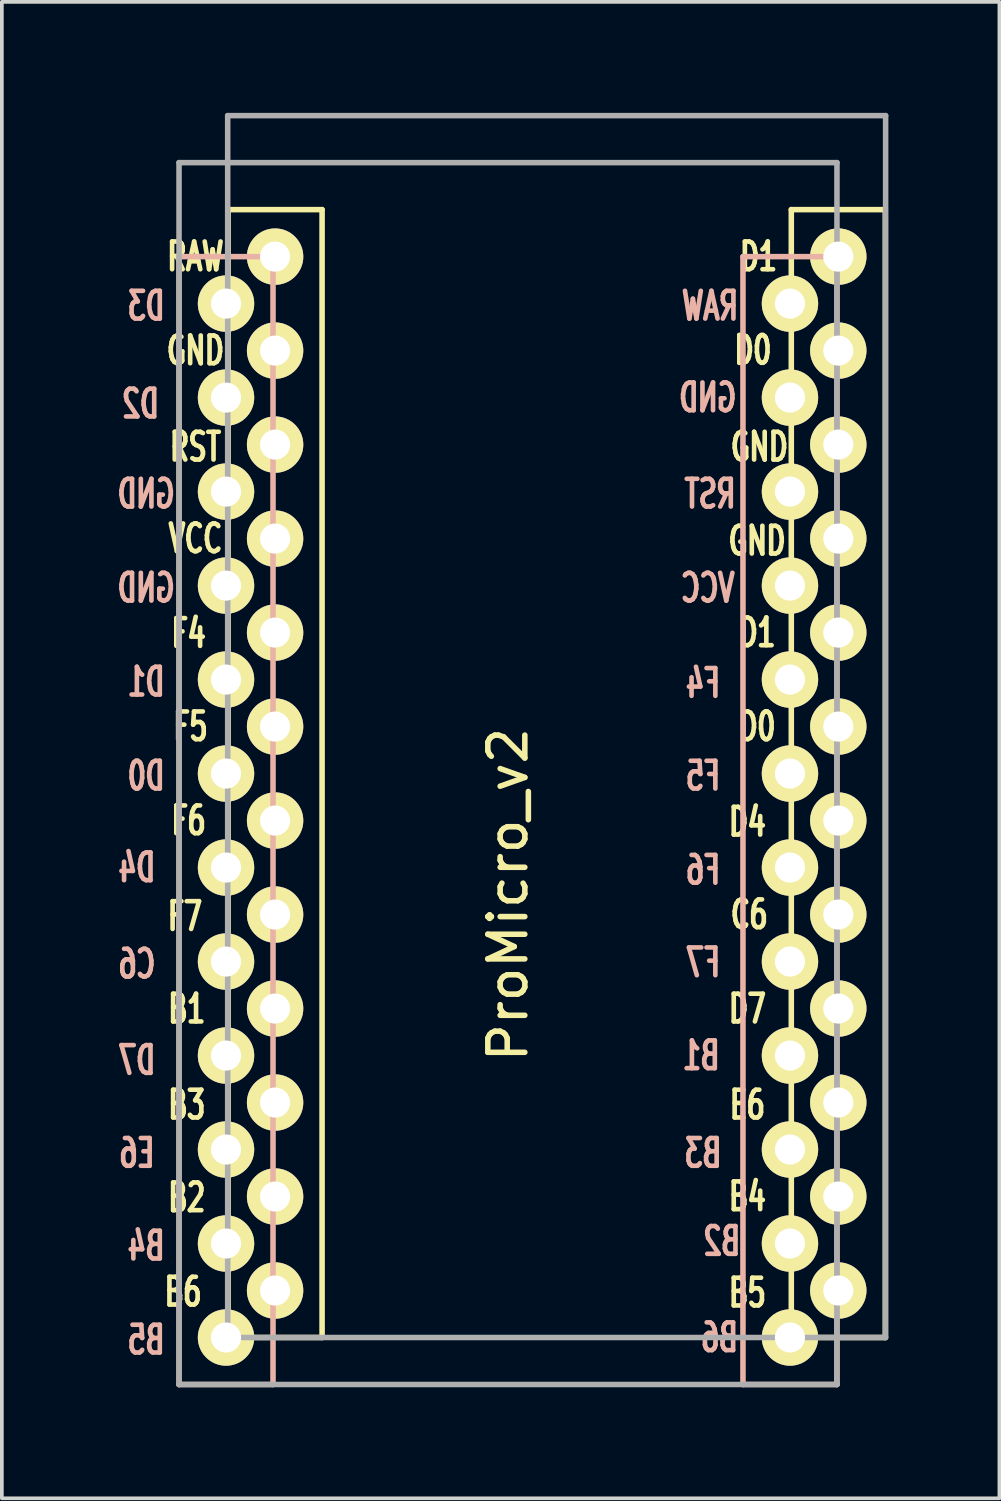
<source format=kicad_pcb>
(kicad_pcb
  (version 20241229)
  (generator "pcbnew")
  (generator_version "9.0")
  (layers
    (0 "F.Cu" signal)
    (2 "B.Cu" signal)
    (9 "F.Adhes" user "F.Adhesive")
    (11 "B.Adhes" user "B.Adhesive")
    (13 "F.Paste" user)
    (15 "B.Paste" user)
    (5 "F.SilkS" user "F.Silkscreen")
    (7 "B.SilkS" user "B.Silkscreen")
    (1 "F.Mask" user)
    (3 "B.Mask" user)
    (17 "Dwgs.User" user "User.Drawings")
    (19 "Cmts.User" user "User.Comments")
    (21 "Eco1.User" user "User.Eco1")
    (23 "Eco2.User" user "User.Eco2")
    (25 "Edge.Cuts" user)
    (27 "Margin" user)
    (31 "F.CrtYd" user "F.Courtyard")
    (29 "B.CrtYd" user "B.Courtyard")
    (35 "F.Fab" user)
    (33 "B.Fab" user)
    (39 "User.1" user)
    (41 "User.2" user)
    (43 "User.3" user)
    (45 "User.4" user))
  (footprint "ProMicro_v2"
    (layer "F.Cu")
    (at 11.948 18.363)
    (property "Reference" "ProMicro_v2" (at -1.27 2.762 270) (layer "F.SilkS") (effects (font (size 1 1) (thickness 0.15))))
    (attr through_hole)
    (fp_line (start -8.834 -15.748) (end -6.294 -15.748) (stroke (width 0.15) (type solid)) (layer "F.SilkS"))
    (fp_line (start -8.834 14.732) (end -8.834 -15.748) (stroke (width 0.15) (type solid)) (layer "F.SilkS"))
    (fp_line (start -6.294 -15.748) (end -6.294 14.732) (stroke (width 0.15) (type solid)) (layer "F.SilkS"))
    (fp_line (start -6.294 14.732) (end -8.834 14.732) (stroke (width 0.15) (type solid)) (layer "F.SilkS"))
    (fp_line (start 6.386 -15.748) (end 8.926 -15.748) (stroke (width 0.15) (type solid)) (layer "F.SilkS"))
    (fp_line (start 6.386 14.732) (end 6.386 -15.748) (stroke (width 0.15) (type solid)) (layer "F.SilkS"))
    (fp_line (start 8.926 -15.748) (end 8.926 14.732) (stroke (width 0.15) (type solid)) (layer "F.SilkS"))
    (fp_line (start 8.926 14.732) (end 6.386 14.732) (stroke (width 0.15) (type solid)) (layer "F.SilkS"))
    (fp_line (start -10.16 -14.478) (end -7.62 -14.478) (stroke (width 0.15) (type solid)) (layer "B.SilkS"))
    (fp_line (start -10.16 16.002) (end -10.16 -14.478) (stroke (width 0.15) (type solid)) (layer "B.SilkS"))
    (fp_line (start -7.62 -14.478) (end -7.62 16.002) (stroke (width 0.15) (type solid)) (layer "B.SilkS"))
    (fp_line (start -7.62 16.002) (end -10.16 16.002) (stroke (width 0.15) (type solid)) (layer "B.SilkS"))
    (fp_line (start 5.08 -14.478) (end 7.62 -14.478) (stroke (width 0.15) (type solid)) (layer "B.SilkS"))
    (fp_line (start 5.08 16.002) (end 5.08 -14.478) (stroke (width 0.15) (type solid)) (layer "B.SilkS"))
    (fp_line (start 7.62 -14.478) (end 7.62 16.002) (stroke (width 0.15) (type solid)) (layer "B.SilkS"))
    (fp_line (start 7.62 16.002) (end 5.08 16.002) (stroke (width 0.15) (type solid)) (layer "B.SilkS"))
    (fp_line (start -10.16 -17.018) (end 7.62 -17.018) (stroke (width 0.15) (type solid)) (layer "F.Fab"))
    (fp_line (start -10.16 16.002) (end -10.16 -17.018) (stroke (width 0.15) (type solid)) (layer "F.Fab"))
    (fp_line (start -8.845 -18.288) (end 8.935 -18.288) (stroke (width 0.15) (type solid)) (layer "F.Fab"))
    (fp_line (start -8.845 14.732) (end -8.845 -18.288) (stroke (width 0.15) (type solid)) (layer "F.Fab"))
    (fp_line (start 7.62 -17.018) (end 7.62 16.002) (stroke (width 0.15) (type solid)) (layer "F.Fab"))
    (fp_line (start 7.62 16.002) (end -10.16 16.002) (stroke (width 0.15) (type solid)) (layer "F.Fab"))
    (fp_line (start 8.935 -18.288) (end 8.935 14.732) (stroke (width 0.15) (type solid)) (layer "F.Fab"))
    (fp_line (start 8.935 14.732) (end -8.845 14.732) (stroke (width 0.15) (type solid)) (layer "F.Fab"))
    (fp_text user "F6" (at -9.9 0.762 0) (layer "F.SilkS") (effects (font (size 0.75 0.5) (thickness 0.125))))
    (fp_text user "D1" (at 5.5 -14.478 0) (layer "F.SilkS") (effects (font (size 0.75 0.5) (thickness 0.125))))
    (fp_text user "D1" (at 5.461 -4.318 0) (layer "F.SilkS") (effects (font (size 0.75 0.5) (thickness 0.125))))
    (fp_text user "B5" (at 5.2 13.525 0) (layer "F.SilkS") (effects (font (size 0.75 0.5) (thickness 0.125))))
    (fp_text user "D7" (at 5.2 5.85 0) (layer "F.SilkS") (effects (font (size 0.75 0.5) (thickness 0.125))))
    (fp_text user "B3" (at -9.95 8.445 0) (layer "F.SilkS") (effects (font (size 0.75 0.5) (thickness 0.125))))
    (fp_text user "E6" (at 5.2 8.445 0) (layer "F.SilkS") (effects (font (size 0.75 0.5) (thickness 0.125))))
    (fp_text user "" (at -0.5 -17.25 0) (layer "F.SilkS") (effects (font (size 1 1) (thickness 0.15))))
    (fp_text user "VCC" (at -9.716 -6.858 0) (layer "F.SilkS") (effects (font (size 0.75 0.5) (thickness 0.125))))
    (fp_text user "B4" (at 5.2 10.922 0) (layer "F.SilkS") (effects (font (size 0.75 0.5) (thickness 0.125))))
    (fp_text user "B6" (at -10.05 13.5 0) (layer "F.SilkS") (effects (font (size 0.75 0.5) (thickness 0.125))))
    (fp_text user "GND" (at 5.461 -6.795 0) (layer "F.SilkS") (effects (font (size 0.75 0.5) (thickness 0.125))))
    (fp_text user "F5" (at -9.85 -1.778 0) (layer "F.SilkS") (effects (font (size 0.75 0.5) (thickness 0.125))))
    (fp_text user "F4" (at -9.9 -4.3 0) (layer "F.SilkS") (effects (font (size 0.75 0.5) (thickness 0.125))))
    (fp_text user "B2" (at -9.95 10.95 0) (layer "F.SilkS") (effects (font (size 0.75 0.5) (thickness 0.125))))
    (fp_text user "RAW" (at -9.716 -14.478 0) (layer "F.SilkS") (effects (font (size 0.75 0.5) (thickness 0.125))))
    (fp_text user "D0" (at 5.461 -1.778 0) (layer "F.SilkS") (effects (font (size 0.75 0.5) (thickness 0.125))))
    (fp_text user "RST" (at -9.716 -9.335 0) (layer "F.SilkS") (effects (font (size 0.75 0.5) (thickness 0.125))))
    (fp_text user "B1" (at -9.95 5.85 0) (layer "F.SilkS") (effects (font (size 0.75 0.5) (thickness 0.125))))
    (fp_text user "F7" (at -10 3.35 0) (layer "F.SilkS") (effects (font (size 0.75 0.5) (thickness 0.125))))
    (fp_text user "GND" (at -9.716 -11.938 0) (layer "F.SilkS") (effects (font (size 0.75 0.5) (thickness 0.125))))
    (fp_text user "D0" (at 5.35 -11.95 0) (layer "F.SilkS") (effects (font (size 0.75 0.5) (thickness 0.125))))
    (fp_text user "C6" (at 5.25 3.302 0) (layer "F.SilkS") (effects (font (size 0.75 0.5) (thickness 0.125))))
    (fp_text user "GND" (at 5.524 -9.335 0) (layer "F.SilkS") (effects (font (size 0.75 0.5) (thickness 0.125))))
    (fp_text user "D4" (at 5.2 0.8 0) (layer "F.SilkS") (effects (font (size 0.75 0.5) (thickness 0.125))))
    (fp_text user "D1" (at -11.049 -2.985 0) (layer "B.SilkS") (effects (font (size 0.75 0.5) (thickness 0.125)) (justify mirror)))
    (fp_text user "E6" (at -11.3 9.75 0) (layer "B.SilkS") (effects (font (size 0.75 0.5) (thickness 0.125)) (justify mirror)))
    (fp_text user "B3" (at 4 9.75 0) (layer "B.SilkS") (effects (font (size 0.75 0.5) (thickness 0.125)) (justify mirror)))
    (fp_text user "B6" (at 4.445 14.732 0) (layer "B.SilkS") (effects (font (size 0.75 0.5) (thickness 0.125)) (justify mirror)))
    (fp_text user "B5" (at -11.049 14.796 0) (layer "B.SilkS") (effects (font (size 0.75 0.5) (thickness 0.125)) (justify mirror)))
    (fp_text user "GND" (at -11.049 -5.524 0) (layer "B.SilkS") (effects (font (size 0.75 0.5) (thickness 0.125)) (justify mirror)))
    (fp_text user "F4" (at 4 -2.95 0) (layer "B.SilkS") (effects (font (size 0.75 0.5) (thickness 0.125)) (justify mirror)))
    (fp_text user "D2" (at -11.2 -10.5 0) (layer "B.SilkS") (effects (font (size 0.75 0.5) (thickness 0.125)) (justify mirror)))
    (fp_text user "B1" (at 3.95 7.112 0) (layer "B.SilkS") (effects (font (size 0.75 0.5) (thickness 0.125)) (justify mirror)))
    (fp_text user "GND" (at -11.049 -8.065 0) (layer "B.SilkS") (effects (font (size 0.75 0.5) (thickness 0.125)) (justify mirror)))
    (fp_text user "D3" (at -11.049 -13.145 0) (layer "B.SilkS") (effects (font (size 0.75 0.5) (thickness 0.125)) (justify mirror)))
    (fp_text user "F5" (at 4 -0.445 0) (layer "B.SilkS") (effects (font (size 0.75 0.5) (thickness 0.125)) (justify mirror)))
    (fp_text user "" (at -1.206 -16.256 0) (layer "B.SilkS") (effects (font (size 1 1) (thickness 0.15)) (justify mirror)))
    (fp_text user "D7" (at -11.3 7.239 0) (layer "B.SilkS") (effects (font (size 0.75 0.5) (thickness 0.125)) (justify mirror)))
    (fp_text user "F6" (at 4 2.1 0) (layer "B.SilkS") (effects (font (size 0.75 0.5) (thickness 0.125)) (justify mirror)))
    (fp_text user "B4" (at -11.049 12.255 0) (layer "B.SilkS") (effects (font (size 0.75 0.5) (thickness 0.125)) (justify mirror)))
    (fp_text user "RST" (at 4.191 -8.065 0) (layer "B.SilkS") (effects (font (size 0.75 0.5) (thickness 0.125)) (justify mirror)))
    (fp_text user "D0" (at -11.049 -0.445 0) (layer "B.SilkS") (effects (font (size 0.75 0.5) (thickness 0.125)) (justify mirror)))
    (fp_text user "B2" (at 4.508 12.129 0) (layer "B.SilkS") (effects (font (size 0.75 0.5) (thickness 0.125)) (justify mirror)))
    (fp_text user "RAW" (at 4.191 -13.145 0) (layer "B.SilkS") (effects (font (size 0.75 0.5) (thickness 0.125)) (justify mirror)))
    (fp_text user "C6" (at -11.3 4.636 0) (layer "B.SilkS") (effects (font (size 0.75 0.5) (thickness 0.125)) (justify mirror)))
    (fp_text user "D4" (at -11.3 2.032 0) (layer "B.SilkS") (effects (font (size 0.75 0.5) (thickness 0.125)) (justify mirror)))
    (fp_text user "F7" (at 4 4.6 0) (layer "B.SilkS") (effects (font (size 0.75 0.5) (thickness 0.125)) (justify mirror)))
    (fp_text user "GND" (at 4.128 -10.668 0) (layer "B.SilkS") (effects (font (size 0.75 0.5) (thickness 0.125)) (justify mirror)))
    (fp_text user "VCC" (at 4.128 -5.524 0) (layer "B.SilkS") (effects (font (size 0.75 0.5) (thickness 0.125)) (justify mirror)))
    (pad "1" thru_hole circle (at -8.89 -13.208) (size 1.524 1.524) (drill 0.813) (layers "*.Cu" "*.Mask" "F.SilkS"))
    (pad "1" thru_hole circle (at 7.656 -14.478) (size 1.524 1.524) (drill 0.813) (layers "*.Cu" "*.Mask" "F.SilkS"))
    (pad "2" thru_hole circle (at -8.89 -10.668) (size 1.524 1.524) (drill 0.813) (layers "*.Cu" "*.Mask" "F.SilkS"))
    (pad "2" thru_hole circle (at 7.656 -11.938) (size 1.524 1.524) (drill 0.813) (layers "*.Cu" "*.Mask" "F.SilkS"))
    (pad "3" thru_hole circle (at -8.89 -8.128) (size 1.524 1.524) (drill 0.813) (layers "*.Cu" "*.Mask" "F.SilkS"))
    (pad "3" thru_hole circle (at 7.656 -9.398) (size 1.524 1.524) (drill 0.813) (layers "*.Cu" "*.Mask" "F.SilkS"))
    (pad "4" thru_hole circle (at -8.89 -5.588) (size 1.524 1.524) (drill 0.813) (layers "*.Cu" "*.Mask" "F.SilkS"))
    (pad "4" thru_hole circle (at 7.656 -6.858) (size 1.524 1.524) (drill 0.813) (layers "*.Cu" "*.Mask" "F.SilkS"))
    (pad "5" thru_hole circle (at -8.89 -3.048) (size 1.524 1.524) (drill 0.813) (layers "*.Cu" "*.Mask" "F.SilkS"))
    (pad "5" thru_hole circle (at 7.656 -4.318) (size 1.524 1.524) (drill 0.813) (layers "*.Cu" "*.Mask" "F.SilkS"))
    (pad "6" thru_hole circle (at -8.89 -0.508) (size 1.524 1.524) (drill 0.813) (layers "*.Cu" "*.Mask" "F.SilkS"))
    (pad "6" thru_hole circle (at 7.656 -1.778) (size 1.524 1.524) (drill 0.813) (layers "*.Cu" "*.Mask" "F.SilkS"))
    (pad "7" thru_hole circle (at -8.89 2.032) (size 1.524 1.524) (drill 0.813) (layers "*.Cu" "*.Mask" "F.SilkS"))
    (pad "7" thru_hole circle (at 7.656 0.762) (size 1.524 1.524) (drill 0.813) (layers "*.Cu" "*.Mask" "F.SilkS"))
    (pad "8" thru_hole circle (at -8.89 4.572) (size 1.524 1.524) (drill 0.813) (layers "*.Cu" "*.Mask" "F.SilkS"))
    (pad "8" thru_hole circle (at 7.656 3.302) (size 1.524 1.524) (drill 0.813) (layers "*.Cu" "*.Mask" "F.SilkS"))
    (pad "9" thru_hole circle (at -8.89 7.112) (size 1.524 1.524) (drill 0.813) (layers "*.Cu" "*.Mask" "F.SilkS"))
    (pad "9" thru_hole circle (at 7.656 5.842) (size 1.524 1.524) (drill 0.813) (layers "*.Cu" "*.Mask" "F.SilkS"))
    (pad "10" thru_hole circle (at -8.89 9.652) (size 1.524 1.524) (drill 0.813) (layers "*.Cu" "*.Mask" "F.SilkS"))
    (pad "10" thru_hole circle (at 7.656 8.382) (size 1.524 1.524) (drill 0.813) (layers "*.Cu" "*.Mask" "F.SilkS"))
    (pad "11" thru_hole circle (at -8.89 12.192) (size 1.524 1.524) (drill 0.813) (layers "*.Cu" "*.Mask" "F.SilkS"))
    (pad "11" thru_hole circle (at 7.656 10.922) (size 1.524 1.524) (drill 0.813) (layers "*.Cu" "*.Mask" "F.SilkS"))
    (pad "12" thru_hole circle (at -8.89 14.732) (size 1.524 1.524) (drill 0.813) (layers "*.Cu" "*.Mask" "F.SilkS"))
    (pad "12" thru_hole circle (at 7.656 13.462) (size 1.524 1.524) (drill 0.813) (layers "*.Cu" "*.Mask" "F.SilkS"))
    (pad "13" thru_hole circle (at -7.564 13.462) (size 1.524 1.524) (drill 0.813) (layers "*.Cu" "*.Mask" "F.SilkS"))
    (pad "13" thru_hole circle (at 6.35 14.732) (size 1.524 1.524) (drill 0.813) (layers "*.Cu" "*.Mask" "F.SilkS"))
    (pad "14" thru_hole circle (at -7.564 10.922) (size 1.524 1.524) (drill 0.813) (layers "*.Cu" "*.Mask" "F.SilkS"))
    (pad "14" thru_hole circle (at 6.35 12.192) (size 1.524 1.524) (drill 0.813) (layers "*.Cu" "*.Mask" "F.SilkS"))
    (pad "15" thru_hole circle (at -7.564 8.382) (size 1.524 1.524) (drill 0.813) (layers "*.Cu" "*.Mask" "F.SilkS"))
    (pad "15" thru_hole circle (at 6.35 9.652) (size 1.524 1.524) (drill 0.813) (layers "*.Cu" "*.Mask" "F.SilkS"))
    (pad "16" thru_hole circle (at -7.564 5.842) (size 1.524 1.524) (drill 0.813) (layers "*.Cu" "*.Mask" "F.SilkS"))
    (pad "16" thru_hole circle (at 6.35 7.112) (size 1.524 1.524) (drill 0.813) (layers "*.Cu" "*.Mask" "F.SilkS"))
    (pad "17" thru_hole circle (at -7.564 3.302) (size 1.524 1.524) (drill 0.813) (layers "*.Cu" "*.Mask" "F.SilkS"))
    (pad "17" thru_hole circle (at 6.35 4.572) (size 1.524 1.524) (drill 0.813) (layers "*.Cu" "*.Mask" "F.SilkS"))
    (pad "18" thru_hole circle (at -7.564 0.762) (size 1.524 1.524) (drill 0.813) (layers "*.Cu" "*.Mask" "F.SilkS"))
    (pad "18" thru_hole circle (at 6.35 2.032) (size 1.524 1.524) (drill 0.813) (layers "*.Cu" "*.Mask" "F.SilkS"))
    (pad "19" thru_hole circle (at -7.564 -1.778) (size 1.524 1.524) (drill 0.813) (layers "*.Cu" "*.Mask" "F.SilkS"))
    (pad "19" thru_hole circle (at 6.35 -0.508) (size 1.524 1.524) (drill 0.813) (layers "*.Cu" "*.Mask" "F.SilkS"))
    (pad "20" thru_hole circle (at -7.564 -4.318) (size 1.524 1.524) (drill 0.813) (layers "*.Cu" "*.Mask" "F.SilkS"))
    (pad "20" thru_hole circle (at 6.35 -3.048) (size 1.524 1.524) (drill 0.813) (layers "*.Cu" "*.Mask" "F.SilkS"))
    (pad "21" thru_hole circle (at -7.564 -6.858) (size 1.524 1.524) (drill 0.813) (layers "*.Cu" "*.Mask" "F.SilkS"))
    (pad "21" thru_hole circle (at 6.35 -5.588) (size 1.524 1.524) (drill 0.813) (layers "*.Cu" "*.Mask" "F.SilkS"))
    (pad "22" thru_hole circle (at -7.564 -9.398) (size 1.524 1.524) (drill 0.813) (layers "*.Cu" "*.Mask" "F.SilkS"))
    (pad "22" thru_hole circle (at 6.35 -8.128) (size 1.524 1.524) (drill 0.813) (layers "*.Cu" "*.Mask" "F.SilkS"))
    (pad "23" thru_hole circle (at -7.564 -11.938) (size 1.524 1.524) (drill 0.813) (layers "*.Cu" "*.Mask" "F.SilkS"))
    (pad "23" thru_hole circle (at 6.35 -10.668) (size 1.524 1.524) (drill 0.813) (layers "*.Cu" "*.Mask" "F.SilkS"))
    (pad "24" thru_hole circle (at -7.564 -14.478) (size 1.524 1.524) (drill 0.813) (layers "*.Cu" "*.Mask" "F.SilkS"))
    (pad "24" thru_hole circle (at 6.35 -13.208) (size 1.524 1.524) (drill 0.813) (layers "*.Cu" "*.Mask" "F.SilkS")))
  (gr_rect
    (start -3 -3)
    (end 23.958 37.44)
    (stroke (width 0.1) (type default))
    (fill no)
    (layer "Edge.Cuts")))
</source>
